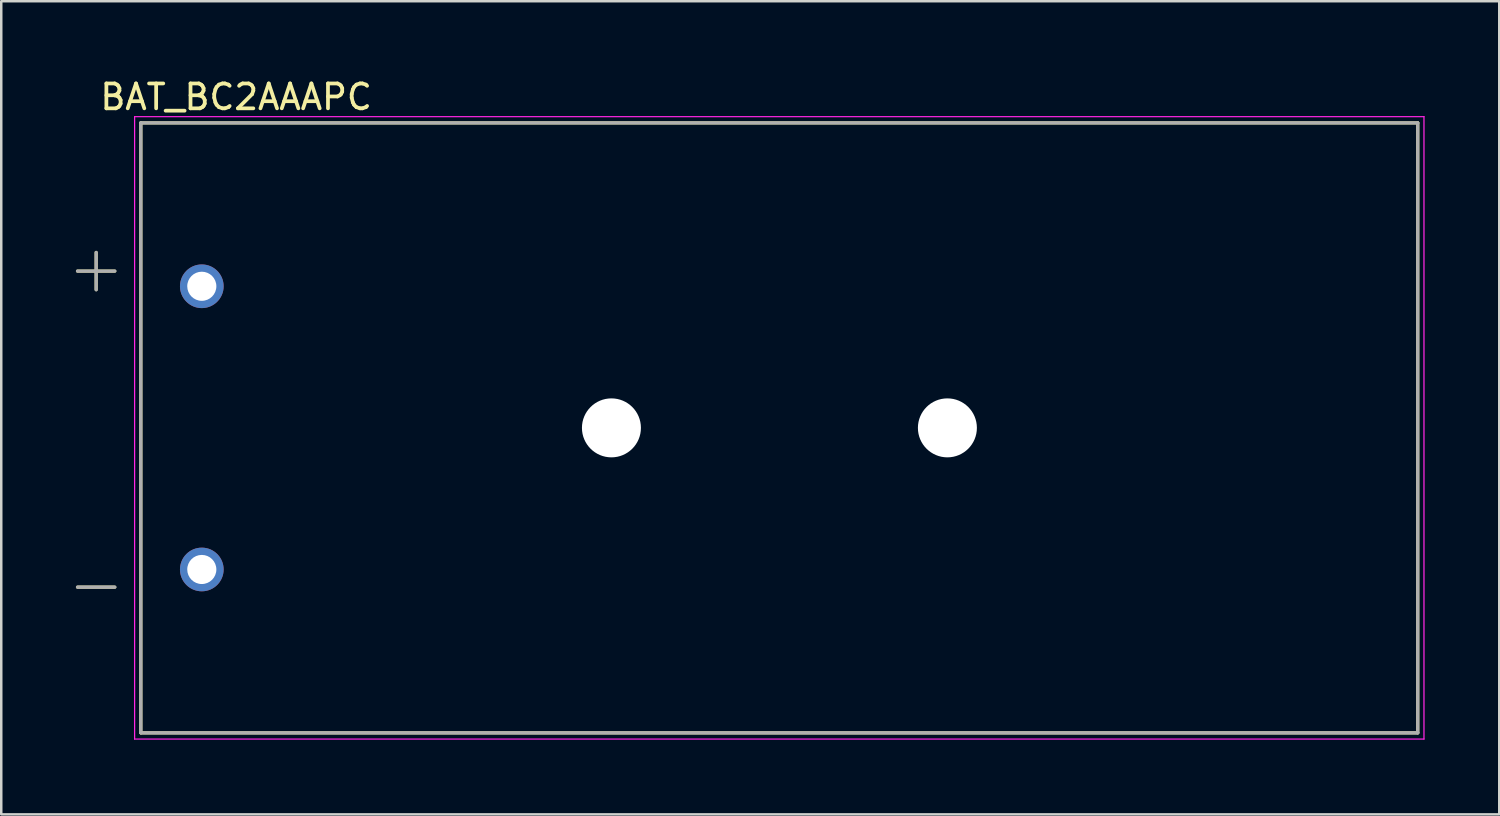
<source format=kicad_pcb>
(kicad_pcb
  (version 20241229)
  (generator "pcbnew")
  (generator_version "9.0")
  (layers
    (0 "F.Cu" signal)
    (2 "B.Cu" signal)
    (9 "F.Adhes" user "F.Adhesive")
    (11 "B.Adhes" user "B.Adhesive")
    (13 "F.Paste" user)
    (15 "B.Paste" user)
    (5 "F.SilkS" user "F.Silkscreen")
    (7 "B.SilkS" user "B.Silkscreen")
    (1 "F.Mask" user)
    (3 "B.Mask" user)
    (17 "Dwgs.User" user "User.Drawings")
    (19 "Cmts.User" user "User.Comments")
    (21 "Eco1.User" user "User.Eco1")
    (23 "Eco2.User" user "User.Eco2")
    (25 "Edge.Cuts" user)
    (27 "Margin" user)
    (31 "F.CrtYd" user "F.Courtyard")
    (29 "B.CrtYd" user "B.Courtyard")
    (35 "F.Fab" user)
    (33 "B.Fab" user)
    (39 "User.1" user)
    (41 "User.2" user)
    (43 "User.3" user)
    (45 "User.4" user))
  (footprint "BAT_BC2AAAPC"
    (layer "F.Cu")
    (at 28.264 14.143)
    (property "Reference" "BAT_BC2AAAPC" (at -21.825 -13.295 0) (layer "F.SilkS") (effects (font (size 1 1) (thickness 0.15))))
    (attr through_hole)
    (fp_line (start -28.2 -6.3) (end -26.7 -6.3) (stroke (width 0.127) (type solid)) (layer "F.SilkS"))
    (fp_line (start -28.2 6.4) (end -26.7 6.4) (stroke (width 0.127) (type solid)) (layer "F.SilkS"))
    (fp_line (start -27.45 -5.55) (end -27.45 -7.05) (stroke (width 0.127) (type solid)) (layer "F.SilkS"))
    (fp_line (start -25.655 -12.255) (end 25.655 -12.255) (stroke (width 0.127) (type solid)) (layer "F.SilkS"))
    (fp_line (start -25.655 12.255) (end -25.655 -12.255) (stroke (width 0.127) (type solid)) (layer "F.SilkS"))
    (fp_line (start 25.655 -12.255) (end 25.655 12.255) (stroke (width 0.127) (type solid)) (layer "F.SilkS"))
    (fp_line (start 25.655 12.255) (end -25.655 12.255) (stroke (width 0.127) (type solid)) (layer "F.SilkS"))
    (fp_line (start -25.905 -12.505) (end -25.905 12.505) (stroke (width 0.05) (type solid)) (layer "F.CrtYd"))
    (fp_line (start -25.905 12.505) (end 25.905 12.505) (stroke (width 0.05) (type solid)) (layer "F.CrtYd"))
    (fp_line (start 25.905 -12.505) (end -25.905 -12.505) (stroke (width 0.05) (type solid)) (layer "F.CrtYd"))
    (fp_line (start 25.905 12.505) (end 25.905 -12.505) (stroke (width 0.05) (type solid)) (layer "F.CrtYd"))
    (fp_line (start -28.2 -6.3) (end -26.7 -6.3) (stroke (width 0.127) (type solid)) (layer "F.Fab"))
    (fp_line (start -28.2 6.4) (end -26.7 6.4) (stroke (width 0.127) (type solid)) (layer "F.Fab"))
    (fp_line (start -27.45 -5.55) (end -27.45 -7.05) (stroke (width 0.127) (type solid)) (layer "F.Fab"))
    (fp_line (start -25.655 -12.255) (end 25.655 -12.255) (stroke (width 0.127) (type solid)) (layer "F.Fab"))
    (fp_line (start -25.655 12.255) (end -25.655 -12.255) (stroke (width 0.127) (type solid)) (layer "F.Fab"))
    (fp_line (start 25.655 -12.255) (end 25.655 12.255) (stroke (width 0.127) (type solid)) (layer "F.Fab"))
    (fp_line (start 25.655 12.255) (end -25.655 12.255) (stroke (width 0.127) (type solid)) (layer "F.Fab"))
    (pad "" np_thru_hole circle (at -6.745 0) (size 2.37 2.37) (drill 2.37) (layers "*.Cu" "*.Mask"))
    (pad "" np_thru_hole circle (at 6.755 0) (size 2.37 2.37) (drill 2.37) (layers "*.Cu" "*.Mask"))
    (pad "+" thru_hole circle (at -23.205 -5.69) (size 1.755 1.755) (drill 1.17) (layers "*.Cu" "*.Mask"))
    (pad "-" thru_hole circle (at -23.205 5.69) (size 1.755 1.755) (drill 1.17) (layers "*.Cu" "*.Mask")))
  (gr_rect
    (start -3 -3)
    (end 57.194 29.673)
    (stroke (width 0.1) (type default))
    (fill no)
    (layer "Edge.Cuts")))
</source>
